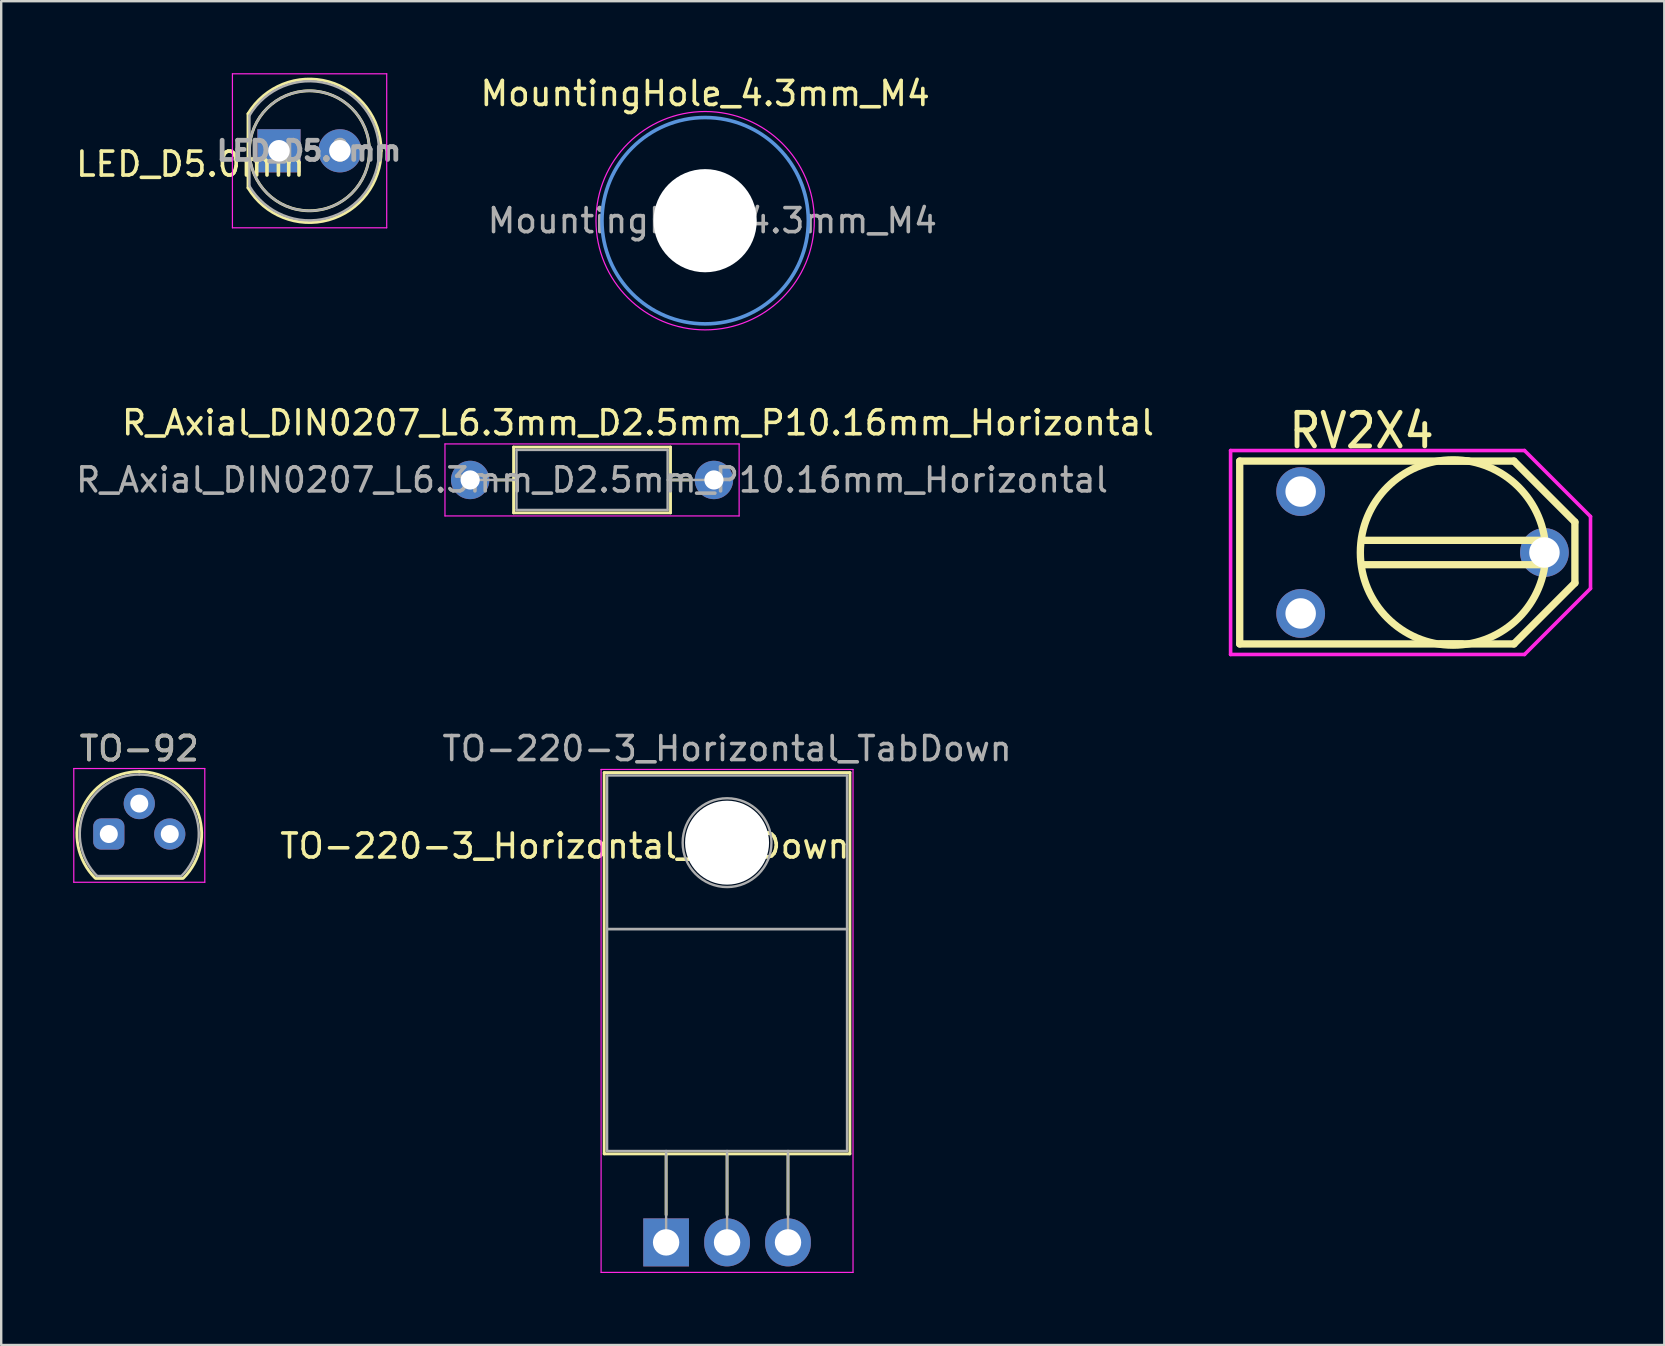
<source format=kicad_pcb>
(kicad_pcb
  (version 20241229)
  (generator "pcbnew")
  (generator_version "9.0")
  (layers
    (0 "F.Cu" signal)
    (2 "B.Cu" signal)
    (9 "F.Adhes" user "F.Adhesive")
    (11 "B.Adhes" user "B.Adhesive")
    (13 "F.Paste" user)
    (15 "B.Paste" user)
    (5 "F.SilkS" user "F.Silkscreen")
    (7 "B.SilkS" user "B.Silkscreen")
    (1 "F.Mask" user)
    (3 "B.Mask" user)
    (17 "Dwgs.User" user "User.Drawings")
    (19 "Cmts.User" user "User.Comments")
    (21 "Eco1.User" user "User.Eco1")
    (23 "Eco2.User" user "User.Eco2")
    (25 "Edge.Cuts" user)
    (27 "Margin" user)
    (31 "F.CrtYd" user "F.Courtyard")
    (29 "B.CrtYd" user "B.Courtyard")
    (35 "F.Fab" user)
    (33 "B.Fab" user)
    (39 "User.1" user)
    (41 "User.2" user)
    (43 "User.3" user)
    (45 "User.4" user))
  (footprint "MountingHole_4.3mm_M4"
    (layer "F.Cu")
    (at 26.339 6.148)
    (property "Reference" "MountingHole_4.3mm_M4" (at 0 -5.3 0) (layer "F.SilkS") (effects (font (size 1 1) (thickness 0.15))))
    (attr exclude_from_pos_files exclude_from_bom)
    (fp_circle (center 0 0) (end 4.3 0) (stroke (width 0.15) (type solid)) (fill no) (layer "Cmts.User"))
    (fp_circle (center 0 0) (end 4.55 0) (stroke (width 0.05) (type solid)) (fill no) (layer "F.CrtYd"))
    (fp_text user "${REFERENCE}" (at 0.3 0 0) (layer "F.Fab") (effects (font (size 1 1) (thickness 0.15))))
    (pad "" np_thru_hole circle (at 0 0) (size 4.3 4.3) (drill 4.3) (layers "*.Cu" "*.Mask")))
  (footprint "RV2X4"
    (layer "F.Cu")
    (at 56.238 19.977)
    (property "Reference" "RV2X4" (at -2.54 -5.08 0) (layer "F.SilkS") (effects (font (size 1.397 1.27) (thickness 0.203))))
    (attr through_hole)
    (fp_line (start -7.62 -3.81) (end 3.81 -3.81) (stroke (width 0.305) (type solid)) (layer "F.SilkS"))
    (fp_line (start -7.62 3.81) (end -7.62 -3.81) (stroke (width 0.305) (type solid)) (layer "F.SilkS"))
    (fp_line (start -2.54 -0.508) (end 4.953 -0.508) (stroke (width 0.305) (type solid)) (layer "F.SilkS"))
    (fp_line (start -2.54 0.508) (end 4.953 0.508) (stroke (width 0.305) (type solid)) (layer "F.SilkS"))
    (fp_line (start 0.762 -3.81) (end 1.905 -3.81) (stroke (width 0.305) (type solid)) (layer "F.SilkS"))
    (fp_line (start 1.651 3.81) (end 0.762 3.81) (stroke (width 0.305) (type solid)) (layer "F.SilkS"))
    (fp_line (start 3.81 -3.81) (end 6.35 -1.27) (stroke (width 0.305) (type solid)) (layer "F.SilkS"))
    (fp_line (start 3.81 3.81) (end -7.62 3.81) (stroke (width 0.305) (type solid)) (layer "F.SilkS"))
    (fp_line (start 6.35 -1.27) (end 6.35 1.27) (stroke (width 0.305) (type solid)) (layer "F.SilkS"))
    (fp_line (start 6.35 1.27) (end 3.81 3.81) (stroke (width 0.305) (type solid)) (layer "F.SilkS"))
    (fp_circle (center 1.27 0) (end -2.54 -0.635) (stroke (width 0.305) (type solid)) (fill no) (layer "F.SilkS"))
    (fp_line (start -8 -4.25) (end 4.25 -4.25) (stroke (width 0.15) (type solid)) (layer "F.CrtYd"))
    (fp_line (start -8 4.25) (end -8 -4.25) (stroke (width 0.15) (type solid)) (layer "F.CrtYd"))
    (fp_line (start 4.25 -4.25) (end 7 -1.5) (stroke (width 0.15) (type solid)) (layer "F.CrtYd"))
    (fp_line (start 4.25 4.25) (end -8 4.25) (stroke (width 0.15) (type solid)) (layer "F.CrtYd"))
    (fp_line (start 7 -1.5) (end 7 1.5) (stroke (width 0.15) (type solid)) (layer "F.CrtYd"))
    (fp_line (start 7 1.5) (end 4.25 4.25) (stroke (width 0.15) (type solid)) (layer "F.CrtYd"))
    (pad "1" thru_hole circle (at -5.08 -2.54) (size 2.032 2.032) (drill 1.27) (layers "*.Cu" "*.Mask"))
    (pad "2" thru_hole circle (at 5.08 0) (size 2.032 2.032) (drill 1.27) (layers "*.Cu" "*.Mask"))
    (pad "3" thru_hole circle (at -5.08 2.54) (size 2.032 2.032) (drill 1.27) (layers "*.Cu" "*.Mask")))
  (footprint "TO-220-3_Horizontal_TabDown"
    (layer "F.Cu")
    (at 24.712 48.73)
    (property "Reference" "TO-220-3_Horizontal_TabDown" (at -4.22 -16.52 0) (layer "F.SilkS") (effects (font (size 1 1) (thickness 0.15))))
    (attr through_hole)
    (fp_line (start -2.58 -19.58) (end -2.58 -3.69) (stroke (width 0.12) (type solid)) (layer "F.SilkS"))
    (fp_line (start -2.58 -19.58) (end 7.66 -19.58) (stroke (width 0.12) (type solid)) (layer "F.SilkS"))
    (fp_line (start -2.58 -3.69) (end 7.66 -3.69) (stroke (width 0.12) (type solid)) (layer "F.SilkS"))
    (fp_line (start 0 -3.69) (end 0 -1.15) (stroke (width 0.12) (type solid)) (layer "F.SilkS"))
    (fp_line (start 2.54 -3.69) (end 2.54 -1.15) (stroke (width 0.12) (type solid)) (layer "F.SilkS"))
    (fp_line (start 5.08 -3.69) (end 5.08 -1.15) (stroke (width 0.12) (type solid)) (layer "F.SilkS"))
    (fp_line (start 7.66 -19.58) (end 7.66 -3.69) (stroke (width 0.12) (type solid)) (layer "F.SilkS"))
    (fp_line (start -2.71 -19.71) (end -2.71 1.25) (stroke (width 0.05) (type solid)) (layer "F.CrtYd"))
    (fp_line (start -2.71 1.25) (end 7.79 1.25) (stroke (width 0.05) (type solid)) (layer "F.CrtYd"))
    (fp_line (start 7.79 -19.71) (end -2.71 -19.71) (stroke (width 0.05) (type solid)) (layer "F.CrtYd"))
    (fp_line (start 7.79 1.25) (end 7.79 -19.71) (stroke (width 0.05) (type solid)) (layer "F.CrtYd"))
    (fp_line (start -2.46 -19.46) (end 7.54 -19.46) (stroke (width 0.1) (type solid)) (layer "F.Fab"))
    (fp_line (start -2.46 -13.06) (end -2.46 -19.46) (stroke (width 0.1) (type solid)) (layer "F.Fab"))
    (fp_line (start -2.46 -13.06) (end 7.54 -13.06) (stroke (width 0.1) (type solid)) (layer "F.Fab"))
    (fp_line (start -2.46 -3.81) (end -2.46 -13.06) (stroke (width 0.1) (type solid)) (layer "F.Fab"))
    (fp_line (start 0 -3.81) (end 0 0) (stroke (width 0.1) (type solid)) (layer "F.Fab"))
    (fp_line (start 2.54 -3.81) (end 2.54 0) (stroke (width 0.1) (type solid)) (layer "F.Fab"))
    (fp_line (start 5.08 -3.81) (end 5.08 0) (stroke (width 0.1) (type solid)) (layer "F.Fab"))
    (fp_line (start 7.54 -19.46) (end 7.54 -13.06) (stroke (width 0.1) (type solid)) (layer "F.Fab"))
    (fp_line (start 7.54 -13.06) (end -2.46 -13.06) (stroke (width 0.1) (type solid)) (layer "F.Fab"))
    (fp_line (start 7.54 -13.06) (end 7.54 -3.81) (stroke (width 0.1) (type solid)) (layer "F.Fab"))
    (fp_line (start 7.54 -3.81) (end -2.46 -3.81) (stroke (width 0.1) (type solid)) (layer "F.Fab"))
    (fp_circle (center 2.54 -16.66) (end 4.39 -16.66) (stroke (width 0.1) (type solid)) (fill no) (layer "F.Fab"))
    (fp_text user "${REFERENCE}" (at 2.54 -20.58 0) (layer "F.Fab") (effects (font (size 1 1) (thickness 0.15))))
    (pad "" np_thru_hole circle (at 2.54 -16.66) (size 3.5 3.5) (drill 3.5) (layers "*.Cu" "*.Mask"))
    (pad "1" thru_hole rect (at 0 0) (size 1.905 2) (drill 1.1) (layers "*.Cu" "*.Mask"))
    (pad "2" thru_hole oval (at 2.54 0) (size 1.905 2) (drill 1.1) (layers "*.Cu" "*.Mask"))
    (pad "3" thru_hole oval (at 5.08 0) (size 1.905 2) (drill 1.1) (layers "*.Cu" "*.Mask")))
  (footprint "R_Axial_DIN0207_L6.3mm_D2.5mm_P10.16mm_Horizontal"
    (layer "F.Cu")
    (at 16.545 16.953)
    (property "Reference" "R_Axial_DIN0207_L6.3mm_D2.5mm_P10.16mm_Horizontal" (at 6.993 -2.381 0) (layer "F.SilkS") (effects (font (size 1 1) (thickness 0.15))))
    (attr through_hole)
    (fp_line (start 1.04 0) (end 1.81 0) (stroke (width 0.12) (type solid)) (layer "F.SilkS"))
    (fp_line (start 1.81 -1.37) (end 1.81 1.37) (stroke (width 0.12) (type solid)) (layer "F.SilkS"))
    (fp_line (start 1.81 1.37) (end 8.35 1.37) (stroke (width 0.12) (type solid)) (layer "F.SilkS"))
    (fp_line (start 8.35 -1.37) (end 1.81 -1.37) (stroke (width 0.12) (type solid)) (layer "F.SilkS"))
    (fp_line (start 8.35 1.37) (end 8.35 -1.37) (stroke (width 0.12) (type solid)) (layer "F.SilkS"))
    (fp_line (start 9.12 0) (end 8.35 0) (stroke (width 0.12) (type solid)) (layer "F.SilkS"))
    (fp_line (start -1.05 -1.5) (end -1.05 1.5) (stroke (width 0.05) (type solid)) (layer "F.CrtYd"))
    (fp_line (start -1.05 1.5) (end 11.21 1.5) (stroke (width 0.05) (type solid)) (layer "F.CrtYd"))
    (fp_line (start 11.21 -1.5) (end -1.05 -1.5) (stroke (width 0.05) (type solid)) (layer "F.CrtYd"))
    (fp_line (start 11.21 1.5) (end 11.21 -1.5) (stroke (width 0.05) (type solid)) (layer "F.CrtYd"))
    (fp_line (start 0 0) (end 1.93 0) (stroke (width 0.1) (type solid)) (layer "F.Fab"))
    (fp_line (start 1.93 -1.25) (end 1.93 1.25) (stroke (width 0.1) (type solid)) (layer "F.Fab"))
    (fp_line (start 1.93 1.25) (end 8.23 1.25) (stroke (width 0.1) (type solid)) (layer "F.Fab"))
    (fp_line (start 8.23 -1.25) (end 1.93 -1.25) (stroke (width 0.1) (type solid)) (layer "F.Fab"))
    (fp_line (start 8.23 1.25) (end 8.23 -1.25) (stroke (width 0.1) (type solid)) (layer "F.Fab"))
    (fp_line (start 10.16 0) (end 8.23 0) (stroke (width 0.1) (type solid)) (layer "F.Fab"))
    (fp_text user "${REFERENCE}" (at 5.08 0 0) (layer "F.Fab") (effects (font (size 1 1) (thickness 0.15))))
    (pad "1" thru_hole circle (at 0 0) (size 1.6 1.6) (drill 0.8) (layers "*.Cu" "*.Mask"))
    (pad "2" thru_hole oval (at 10.16 0) (size 1.6 1.6) (drill 0.8) (layers "*.Cu" "*.Mask")))
  (footprint "TO-92"
    (layer "F.Cu")
    (at 1.485 31.71)
    (property "Reference" "TO-92" (at 1.27 -3.56 0) (layer "F.SilkS") (effects (font (size 1 1) (thickness 0.15))))
    (attr through_hole)
    (fp_line (start -0.53 1.85) (end 3.07 1.85) (stroke (width 0.12) (type solid)) (layer "F.SilkS"))
    (fp_arc (start -0.568478 1.838478) (mid -1.132087 -0.994977) (end 1.27 -2.6) (stroke (width 0.12) (type solid)) (layer "F.SilkS"))
    (fp_arc (start 1.27 -2.6) (mid 3.672087 -0.994977) (end 3.108478 1.838478) (stroke (width 0.12) (type solid)) (layer "F.SilkS"))
    (fp_line (start -1.46 -2.73) (end -1.46 2.01) (stroke (width 0.05) (type solid)) (layer "F.CrtYd"))
    (fp_line (start -1.46 -2.73) (end 4 -2.73) (stroke (width 0.05) (type solid)) (layer "F.CrtYd"))
    (fp_line (start 4 2.01) (end -1.46 2.01) (stroke (width 0.05) (type solid)) (layer "F.CrtYd"))
    (fp_line (start 4 2.01) (end 4 -2.73) (stroke (width 0.05) (type solid)) (layer "F.CrtYd"))
    (fp_line (start -0.5 1.75) (end 3 1.75) (stroke (width 0.1) (type solid)) (layer "F.Fab"))
    (fp_arc (start -0.483625 1.753625) (mid -1.021221 -0.949055) (end 1.27 -2.48) (stroke (width 0.1) (type solid)) (layer "F.Fab"))
    (fp_arc (start 1.27 -2.48) (mid 3.561221 -0.949055) (end 3.023625 1.753625) (stroke (width 0.1) (type solid)) (layer "F.Fab"))
    (fp_text user "${REFERENCE}" (at 1.27 -3.56 0) (layer "F.Fab") (effects (font (size 1 1) (thickness 0.15))))
    (pad "1" thru_hole roundrect (at 0 0) (size 1.3 1.3) (drill 0.75) (layers "*.Cu" "*.Mask") (roundrect_rratio 0.25))
    (pad "2" thru_hole circle (at 1.27 -1.27) (size 1.3 1.3) (drill 0.75) (layers "*.Cu" "*.Mask"))
    (pad "3" thru_hole circle (at 2.54 0) (size 1.3 1.3) (drill 0.75) (layers "*.Cu" "*.Mask")))
  (footprint "LED_D5.0mm"
    (layer "F.Cu")
    (at 8.577 3.235)
    (property "Reference" "LED_D5.0mm" (at -3.69 0.555 0) (layer "F.SilkS") (effects (font (size 1 1) (thickness 0.15))))
    (attr through_hole)
    (fp_line (start -1.29 -1.545) (end -1.29 1.545) (stroke (width 0.12) (type solid)) (layer "F.SilkS"))
    (fp_arc (start -1.29 -1.54483) (mid 2.071756 -2.880501) (end 4.26 -0.000048) (stroke (width 0.12) (type solid)) (layer "F.SilkS"))
    (fp_arc (start 4.26 0.000048) (mid 2.071756 2.880501) (end -1.29 1.54483) (stroke (width 0.12) (type solid)) (layer "F.SilkS"))
    (fp_circle (center 1.27 0) (end 3.77 0) (stroke (width 0.12) (type solid)) (fill no) (layer "F.SilkS"))
    (fp_line (start -1.94 -3.21) (end -1.94 3.21) (stroke (width 0.05) (type solid)) (layer "F.CrtYd"))
    (fp_line (start -1.94 3.21) (end 4.49 3.21) (stroke (width 0.05) (type solid)) (layer "F.CrtYd"))
    (fp_line (start 4.49 -3.21) (end -1.94 -3.21) (stroke (width 0.05) (type solid)) (layer "F.CrtYd"))
    (fp_line (start 4.49 3.21) (end 4.49 -3.21) (stroke (width 0.05) (type solid)) (layer "F.CrtYd"))
    (fp_line (start -1.23 -1.47) (end -1.23 1.47) (stroke (width 0.1) (type solid)) (layer "F.Fab"))
    (fp_arc (start -1.23 -1.469694) (mid 4.17 -0.000045) (end -1.229954 1.469772) (stroke (width 0.1) (type solid)) (layer "F.Fab"))
    (fp_circle (center 1.27 0) (end 3.77 0) (stroke (width 0.1) (type solid)) (fill no) (layer "F.Fab"))
    (fp_text user "${REFERENCE}" (at 1.25 0 0) (layer "F.Fab") (effects (font (size 0.8 0.8) (thickness 0.2))))
    (pad "1" thru_hole rect (at 0 0) (size 1.8 1.8) (drill 0.9) (layers "*.Cu" "*.Mask"))
    (pad "2" thru_hole circle (at 2.54 0) (size 1.8 1.8) (drill 0.9) (layers "*.Cu" "*.Mask")))
  (gr_rect
    (start -3 -3)
    (end 66.313 53.005)
    (stroke (width 0.1) (type default))
    (fill no)
    (layer "Edge.Cuts")))
</source>
